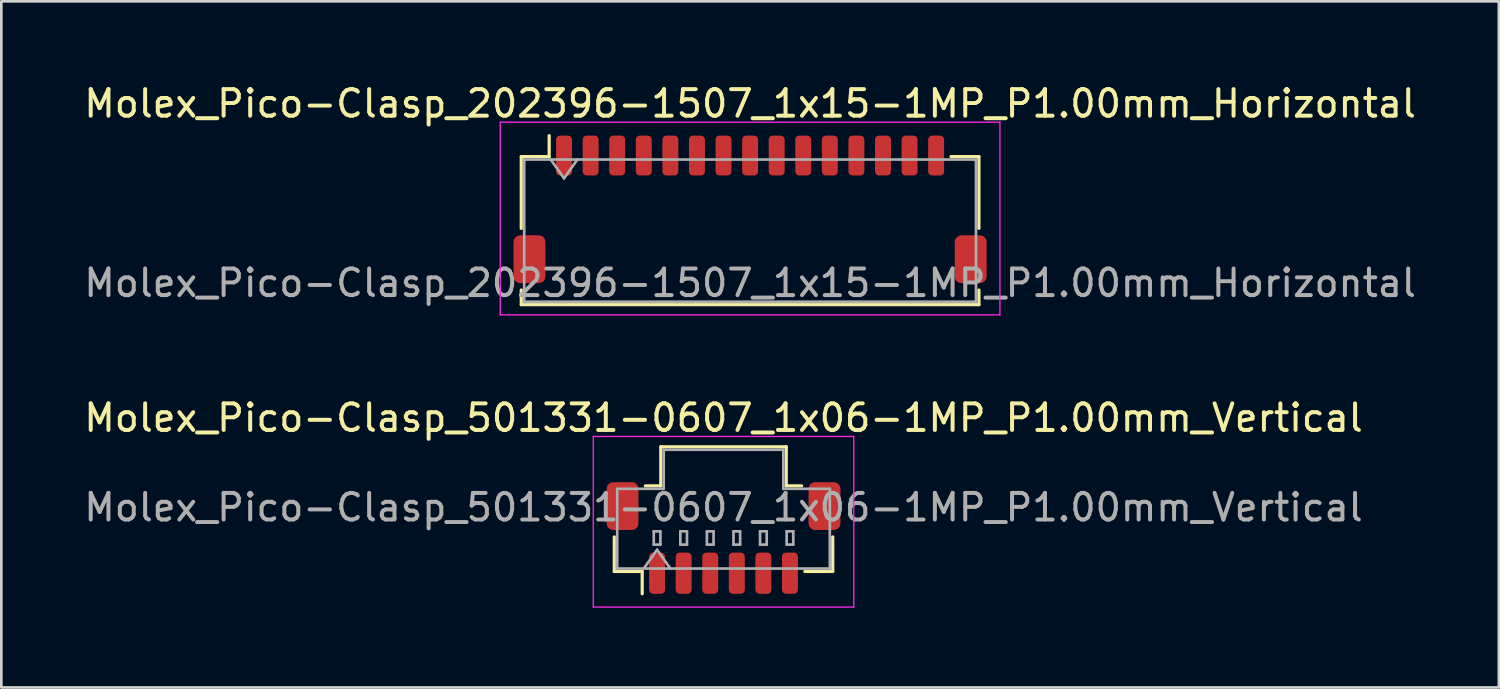
<source format=kicad_pcb>
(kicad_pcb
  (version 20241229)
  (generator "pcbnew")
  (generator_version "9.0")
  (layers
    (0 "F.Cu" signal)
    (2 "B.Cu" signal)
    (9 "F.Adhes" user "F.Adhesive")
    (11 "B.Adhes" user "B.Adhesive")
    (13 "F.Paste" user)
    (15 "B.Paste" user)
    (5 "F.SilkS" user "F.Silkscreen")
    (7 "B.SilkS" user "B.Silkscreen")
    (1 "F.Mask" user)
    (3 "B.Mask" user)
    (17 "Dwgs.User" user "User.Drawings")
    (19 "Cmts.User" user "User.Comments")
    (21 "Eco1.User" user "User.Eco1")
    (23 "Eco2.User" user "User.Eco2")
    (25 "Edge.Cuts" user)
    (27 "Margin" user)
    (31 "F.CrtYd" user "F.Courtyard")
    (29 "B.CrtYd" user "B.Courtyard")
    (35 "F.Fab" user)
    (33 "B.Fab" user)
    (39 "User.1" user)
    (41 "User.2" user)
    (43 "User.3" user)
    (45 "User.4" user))
  (footprint "Molex_Pico-Clasp_202396-1507_1x15-1MP_P1.00mm_Horizontal"
    (layer "F.Cu")
    (at 25.173 4.828)
    (property "Reference" "Molex_Pico-Clasp_202396-1507_1x15-1MP_P1.00mm_Horizontal" (at 0 -3.98 0) (layer "F.SilkS") (effects (font (size 1 1) (thickness 0.15))))
    (attr smd)
    (fp_line (start -8.61 -1.985) (end -7.56 -1.985) (stroke (width 0.12) (type solid)) (layer "F.SilkS"))
    (fp_line (start -8.61 0.715) (end -8.61 -1.985) (stroke (width 0.12) (type solid)) (layer "F.SilkS"))
    (fp_line (start -8.61 3.035) (end -8.61 3.585) (stroke (width 0.12) (type solid)) (layer "F.SilkS"))
    (fp_line (start -8.61 3.585) (end 8.61 3.585) (stroke (width 0.12) (type solid)) (layer "F.SilkS"))
    (fp_line (start -7.56 -1.985) (end -7.56 -2.775) (stroke (width 0.12) (type solid)) (layer "F.SilkS"))
    (fp_line (start 8.61 -1.985) (end 7.56 -1.985) (stroke (width 0.12) (type solid)) (layer "F.SilkS"))
    (fp_line (start 8.61 0.715) (end 8.61 -1.985) (stroke (width 0.12) (type solid)) (layer "F.SilkS"))
    (fp_line (start 8.61 3.585) (end 8.61 3.035) (stroke (width 0.12) (type solid)) (layer "F.SilkS"))
    (fp_line (start -9.4 -3.28) (end -9.4 3.97) (stroke (width 0.05) (type solid)) (layer "F.CrtYd"))
    (fp_line (start -9.4 3.97) (end 9.4 3.97) (stroke (width 0.05) (type solid)) (layer "F.CrtYd"))
    (fp_line (start 9.4 -3.28) (end -9.4 -3.28) (stroke (width 0.05) (type solid)) (layer "F.CrtYd"))
    (fp_line (start 9.4 3.97) (end 9.4 -3.28) (stroke (width 0.05) (type solid)) (layer "F.CrtYd"))
    (fp_line (start -8.5 -1.875) (end -8.5 3.475) (stroke (width 0.1) (type solid)) (layer "F.Fab"))
    (fp_line (start -8.5 -1.875) (end 8.5 -1.875) (stroke (width 0.1) (type solid)) (layer "F.Fab"))
    (fp_line (start -8.5 3.475) (end 8.5 3.475) (stroke (width 0.1) (type solid)) (layer "F.Fab"))
    (fp_line (start -7.5 -1.875) (end -7 -1.168) (stroke (width 0.1) (type solid)) (layer "F.Fab"))
    (fp_line (start -7 -1.168) (end -6.5 -1.875) (stroke (width 0.1) (type solid)) (layer "F.Fab"))
    (fp_line (start 8.5 -1.875) (end 8.5 3.475) (stroke (width 0.1) (type solid)) (layer "F.Fab"))
    (fp_text user "${REFERENCE}" (at 0 2.77 0) (layer "F.Fab") (effects (font (size 1 1) (thickness 0.15))))
    (pad "1" smd roundrect (at -7 -2.025) (size 0.6 1.5) (layers "F.Cu" "F.Mask" "F.Paste") (roundrect_rratio 0.25))
    (pad "2" smd roundrect (at -6 -2.025) (size 0.6 1.5) (layers "F.Cu" "F.Mask" "F.Paste") (roundrect_rratio 0.25))
    (pad "3" smd roundrect (at -5 -2.025) (size 0.6 1.5) (layers "F.Cu" "F.Mask" "F.Paste") (roundrect_rratio 0.25))
    (pad "4" smd roundrect (at -4 -2.025) (size 0.6 1.5) (layers "F.Cu" "F.Mask" "F.Paste") (roundrect_rratio 0.25))
    (pad "5" smd roundrect (at -3 -2.025) (size 0.6 1.5) (layers "F.Cu" "F.Mask" "F.Paste") (roundrect_rratio 0.25))
    (pad "6" smd roundrect (at -2 -2.025) (size 0.6 1.5) (layers "F.Cu" "F.Mask" "F.Paste") (roundrect_rratio 0.25))
    (pad "7" smd roundrect (at -1 -2.025) (size 0.6 1.5) (layers "F.Cu" "F.Mask" "F.Paste") (roundrect_rratio 0.25))
    (pad "8" smd roundrect (at 0 -2.025) (size 0.6 1.5) (layers "F.Cu" "F.Mask" "F.Paste") (roundrect_rratio 0.25))
    (pad "9" smd roundrect (at 1 -2.025) (size 0.6 1.5) (layers "F.Cu" "F.Mask" "F.Paste") (roundrect_rratio 0.25))
    (pad "10" smd roundrect (at 2 -2.025) (size 0.6 1.5) (layers "F.Cu" "F.Mask" "F.Paste") (roundrect_rratio 0.25))
    (pad "11" smd roundrect (at 3 -2.025) (size 0.6 1.5) (layers "F.Cu" "F.Mask" "F.Paste") (roundrect_rratio 0.25))
    (pad "12" smd roundrect (at 4 -2.025) (size 0.6 1.5) (layers "F.Cu" "F.Mask" "F.Paste") (roundrect_rratio 0.25))
    (pad "13" smd roundrect (at 5 -2.025) (size 0.6 1.5) (layers "F.Cu" "F.Mask" "F.Paste") (roundrect_rratio 0.25))
    (pad "14" smd roundrect (at 6 -2.025) (size 0.6 1.5) (layers "F.Cu" "F.Mask" "F.Paste") (roundrect_rratio 0.25))
    (pad "15" smd roundrect (at 7 -2.025) (size 0.6 1.5) (layers "F.Cu" "F.Mask" "F.Paste") (roundrect_rratio 0.25))
    (pad "MP" smd roundrect (at -8.3 1.875) (size 1.2 1.8) (layers "F.Cu" "F.Mask" "F.Paste") (roundrect_rratio 0.208))
    (pad "MP" smd roundrect (at 8.3 1.875) (size 1.2 1.8) (layers "F.Cu" "F.Mask" "F.Paste") (roundrect_rratio 0.208)))
  (footprint "Molex_Pico-Clasp_501331-0607_1x06-1MP_P1.00mm_Vertical"
    (layer "F.Cu")
    (at 24.173 17.192)
    (property "Reference" "Molex_Pico-Clasp_501331-0607_1x06-1MP_P1.00mm_Vertical" (at 0 -4.52 0) (layer "F.SilkS") (effects (font (size 1 1) (thickness 0.15))))
    (attr smd)
    (fp_line (start -4.11 -0.04) (end -4.11 1.26) (stroke (width 0.12) (type solid)) (layer "F.SilkS"))
    (fp_line (start -4.11 1.26) (end -3.06 1.26) (stroke (width 0.12) (type solid)) (layer "F.SilkS"))
    (fp_line (start -3.06 1.26) (end -3.06 2.1) (stroke (width 0.12) (type solid)) (layer "F.SilkS"))
    (fp_line (start -2.94 -1.96) (end -2.36 -1.96) (stroke (width 0.12) (type solid)) (layer "F.SilkS"))
    (fp_line (start -2.36 -3.43) (end 2.36 -3.43) (stroke (width 0.12) (type solid)) (layer "F.SilkS"))
    (fp_line (start -2.36 -1.96) (end -2.36 -3.43) (stroke (width 0.12) (type solid)) (layer "F.SilkS"))
    (fp_line (start 2.36 -3.43) (end 2.36 -1.96) (stroke (width 0.12) (type solid)) (layer "F.SilkS"))
    (fp_line (start 2.36 -1.96) (end 2.94 -1.96) (stroke (width 0.12) (type solid)) (layer "F.SilkS"))
    (fp_line (start 4.11 -0.04) (end 4.11 1.26) (stroke (width 0.12) (type solid)) (layer "F.SilkS"))
    (fp_line (start 4.11 1.26) (end 3.06 1.26) (stroke (width 0.12) (type solid)) (layer "F.SilkS"))
    (fp_line (start -4.9 -3.82) (end -4.9 2.6) (stroke (width 0.05) (type solid)) (layer "F.CrtYd"))
    (fp_line (start -4.9 2.6) (end 4.9 2.6) (stroke (width 0.05) (type solid)) (layer "F.CrtYd"))
    (fp_line (start 4.9 -3.82) (end -4.9 -3.82) (stroke (width 0.05) (type solid)) (layer "F.CrtYd"))
    (fp_line (start 4.9 2.6) (end 4.9 -3.82) (stroke (width 0.05) (type solid)) (layer "F.CrtYd"))
    (fp_line (start -4 -1.85) (end -2.25 -1.85) (stroke (width 0.1) (type solid)) (layer "F.Fab"))
    (fp_line (start -4 1.15) (end -4 -1.85) (stroke (width 0.1) (type solid)) (layer "F.Fab"))
    (fp_line (start -4 1.15) (end 4 1.15) (stroke (width 0.1) (type solid)) (layer "F.Fab"))
    (fp_line (start -3 1.15) (end -2.5 0.443) (stroke (width 0.1) (type solid)) (layer "F.Fab"))
    (fp_line (start -2.625 -0.25) (end -2.625 0.25) (stroke (width 0.1) (type solid)) (layer "F.Fab"))
    (fp_line (start -2.625 0.25) (end -2.375 0.25) (stroke (width 0.1) (type solid)) (layer "F.Fab"))
    (fp_line (start -2.5 0.443) (end -2 1.15) (stroke (width 0.1) (type solid)) (layer "F.Fab"))
    (fp_line (start -2.375 -0.25) (end -2.625 -0.25) (stroke (width 0.1) (type solid)) (layer "F.Fab"))
    (fp_line (start -2.375 0.25) (end -2.375 -0.25) (stroke (width 0.1) (type solid)) (layer "F.Fab"))
    (fp_line (start -2.25 -3.32) (end 2.25 -3.32) (stroke (width 0.1) (type solid)) (layer "F.Fab"))
    (fp_line (start -2.25 -1.85) (end -2.25 -3.32) (stroke (width 0.1) (type solid)) (layer "F.Fab"))
    (fp_line (start -1.625 -0.25) (end -1.625 0.25) (stroke (width 0.1) (type solid)) (layer "F.Fab"))
    (fp_line (start -1.625 0.25) (end -1.375 0.25) (stroke (width 0.1) (type solid)) (layer "F.Fab"))
    (fp_line (start -1.375 -0.25) (end -1.625 -0.25) (stroke (width 0.1) (type solid)) (layer "F.Fab"))
    (fp_line (start -1.375 0.25) (end -1.375 -0.25) (stroke (width 0.1) (type solid)) (layer "F.Fab"))
    (fp_line (start -0.625 -0.25) (end -0.625 0.25) (stroke (width 0.1) (type solid)) (layer "F.Fab"))
    (fp_line (start -0.625 0.25) (end -0.375 0.25) (stroke (width 0.1) (type solid)) (layer "F.Fab"))
    (fp_line (start -0.375 -0.25) (end -0.625 -0.25) (stroke (width 0.1) (type solid)) (layer "F.Fab"))
    (fp_line (start -0.375 0.25) (end -0.375 -0.25) (stroke (width 0.1) (type solid)) (layer "F.Fab"))
    (fp_line (start 0.375 -0.25) (end 0.375 0.25) (stroke (width 0.1) (type solid)) (layer "F.Fab"))
    (fp_line (start 0.375 0.25) (end 0.625 0.25) (stroke (width 0.1) (type solid)) (layer "F.Fab"))
    (fp_line (start 0.625 -0.25) (end 0.375 -0.25) (stroke (width 0.1) (type solid)) (layer "F.Fab"))
    (fp_line (start 0.625 0.25) (end 0.625 -0.25) (stroke (width 0.1) (type solid)) (layer "F.Fab"))
    (fp_line (start 1.375 -0.25) (end 1.375 0.25) (stroke (width 0.1) (type solid)) (layer "F.Fab"))
    (fp_line (start 1.375 0.25) (end 1.625 0.25) (stroke (width 0.1) (type solid)) (layer "F.Fab"))
    (fp_line (start 1.625 -0.25) (end 1.375 -0.25) (stroke (width 0.1) (type solid)) (layer "F.Fab"))
    (fp_line (start 1.625 0.25) (end 1.625 -0.25) (stroke (width 0.1) (type solid)) (layer "F.Fab"))
    (fp_line (start 2.25 -3.32) (end 2.25 -1.85) (stroke (width 0.1) (type solid)) (layer "F.Fab"))
    (fp_line (start 2.25 -1.85) (end 4 -1.85) (stroke (width 0.1) (type solid)) (layer "F.Fab"))
    (fp_line (start 2.375 -0.25) (end 2.375 0.25) (stroke (width 0.1) (type solid)) (layer "F.Fab"))
    (fp_line (start 2.375 0.25) (end 2.625 0.25) (stroke (width 0.1) (type solid)) (layer "F.Fab"))
    (fp_line (start 2.625 -0.25) (end 2.375 -0.25) (stroke (width 0.1) (type solid)) (layer "F.Fab"))
    (fp_line (start 2.625 0.25) (end 2.625 -0.25) (stroke (width 0.1) (type solid)) (layer "F.Fab"))
    (fp_line (start 4 1.15) (end 4 -1.85) (stroke (width 0.1) (type solid)) (layer "F.Fab"))
    (fp_text user "${REFERENCE}" (at 0 -1.15 0) (layer "F.Fab") (effects (font (size 1 1) (thickness 0.15))))
    (pad "1" smd roundrect (at -2.5 1.325) (size 0.6 1.55) (layers "F.Cu" "F.Mask" "F.Paste") (roundrect_rratio 0.25))
    (pad "2" smd roundrect (at -1.5 1.325) (size 0.6 1.55) (layers "F.Cu" "F.Mask" "F.Paste") (roundrect_rratio 0.25))
    (pad "3" smd roundrect (at -0.5 1.325) (size 0.6 1.55) (layers "F.Cu" "F.Mask" "F.Paste") (roundrect_rratio 0.25))
    (pad "4" smd roundrect (at 0.5 1.325) (size 0.6 1.55) (layers "F.Cu" "F.Mask" "F.Paste") (roundrect_rratio 0.25))
    (pad "5" smd roundrect (at 1.5 1.325) (size 0.6 1.55) (layers "F.Cu" "F.Mask" "F.Paste") (roundrect_rratio 0.25))
    (pad "6" smd roundrect (at 2.5 1.325) (size 0.6 1.55) (layers "F.Cu" "F.Mask" "F.Paste") (roundrect_rratio 0.25))
    (pad "MP" smd roundrect (at -3.8 -1.2) (size 1.2 1.8) (layers "F.Cu" "F.Mask" "F.Paste") (roundrect_rratio 0.208))
    (pad "MP" smd roundrect (at 3.8 -1.2) (size 1.2 1.8) (layers "F.Cu" "F.Mask" "F.Paste") (roundrect_rratio 0.208)))
  (gr_rect
    (start -3 -3)
    (end 53.345 22.817)
    (stroke (width 0.1) (type default))
    (fill no)
    (layer "Edge.Cuts")))
</source>
